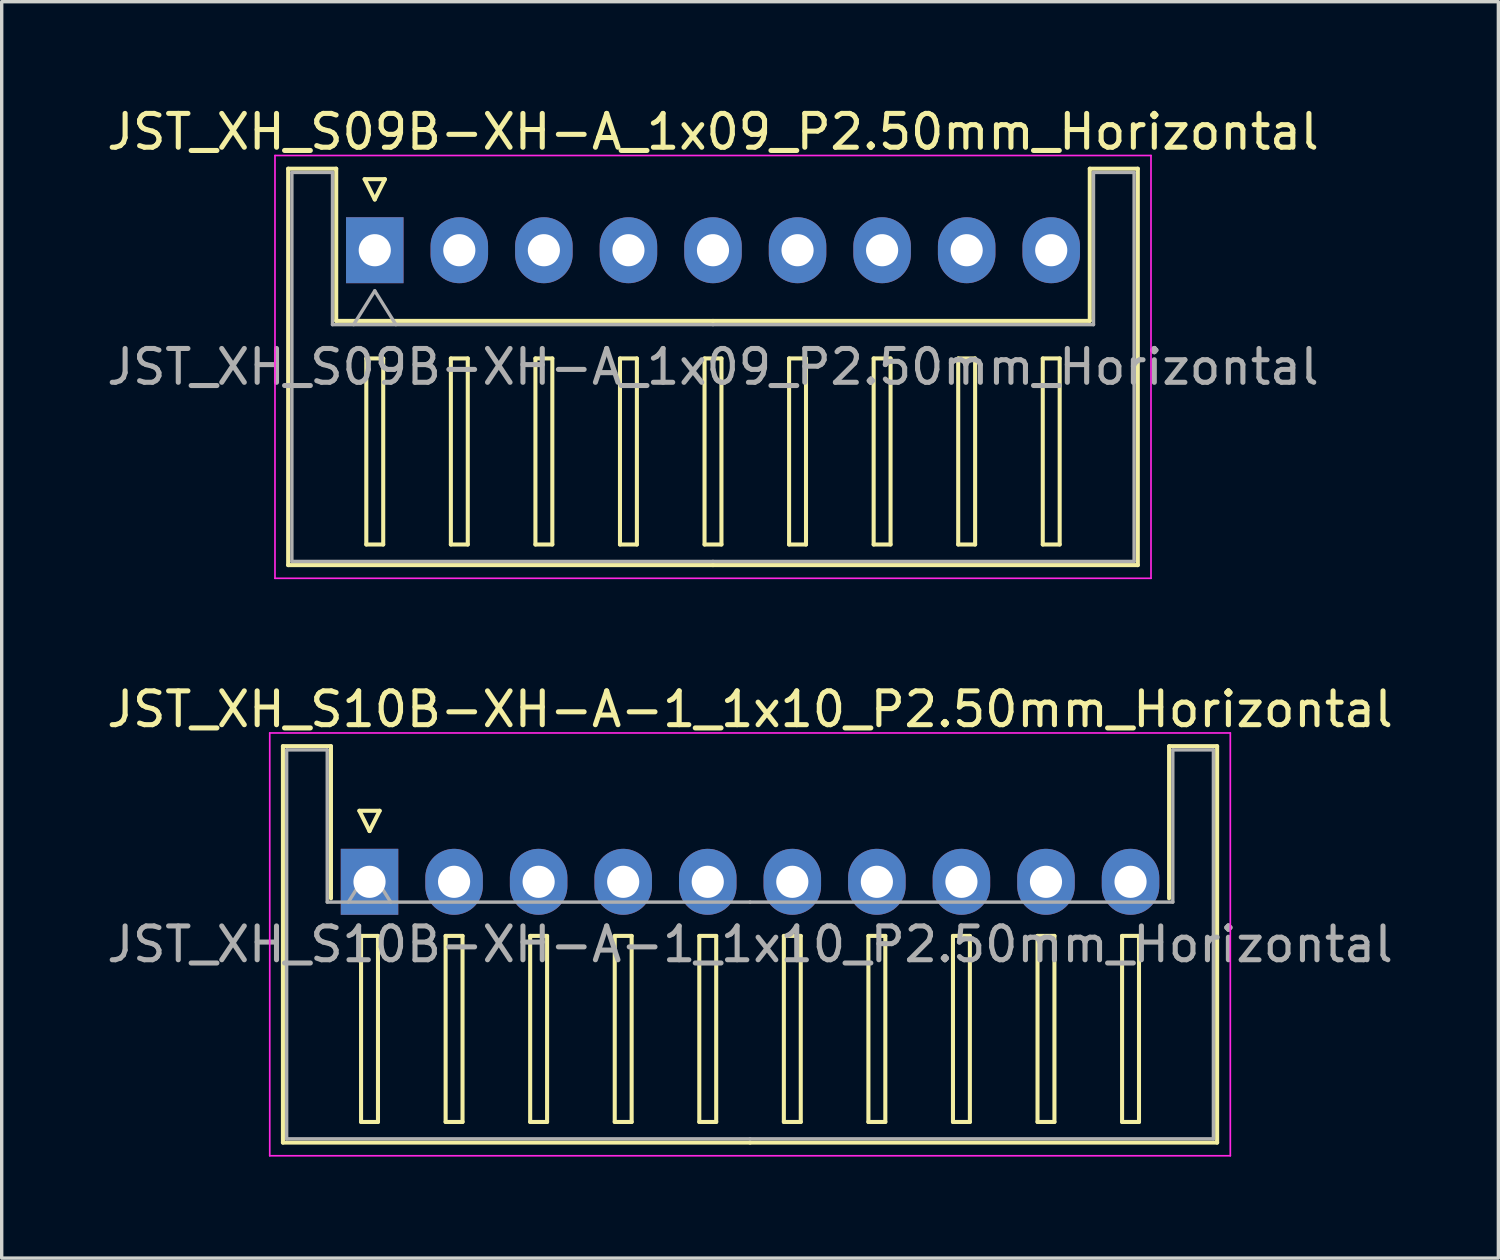
<source format=kicad_pcb>
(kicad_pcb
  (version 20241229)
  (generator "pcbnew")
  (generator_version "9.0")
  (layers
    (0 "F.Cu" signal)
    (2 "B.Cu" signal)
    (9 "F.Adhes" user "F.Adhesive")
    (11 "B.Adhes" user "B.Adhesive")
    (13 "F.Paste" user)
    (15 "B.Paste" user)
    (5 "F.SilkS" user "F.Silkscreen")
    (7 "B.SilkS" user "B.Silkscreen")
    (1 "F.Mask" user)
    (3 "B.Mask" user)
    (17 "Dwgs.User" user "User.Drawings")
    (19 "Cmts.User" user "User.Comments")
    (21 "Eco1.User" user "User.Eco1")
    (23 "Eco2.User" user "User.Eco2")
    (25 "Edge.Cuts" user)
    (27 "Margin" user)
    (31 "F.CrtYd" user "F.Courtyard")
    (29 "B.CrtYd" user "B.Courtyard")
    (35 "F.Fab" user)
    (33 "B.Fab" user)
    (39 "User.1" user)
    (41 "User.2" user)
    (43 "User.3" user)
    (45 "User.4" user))
  (footprint "JST_XH_S09B-XH-A_1x09_P2.50mm_Horizontal"
    (layer "F.Cu")
    (at 8.03 4.348)
    (property "Reference" "JST_XH_S09B-XH-A_1x09_P2.50mm_Horizontal" (at 10 -3.5 0) (layer "F.SilkS") (effects (font (size 1 1) (thickness 0.15))))
    (attr through_hole)
    (fp_line (start -2.56 -2.41) (end -1.14 -2.41) (stroke (width 0.12) (type solid)) (layer "F.SilkS"))
    (fp_line (start -2.56 9.31) (end -2.56 -2.41) (stroke (width 0.12) (type solid)) (layer "F.SilkS"))
    (fp_line (start -1.14 -2.41) (end -1.14 2.09) (stroke (width 0.12) (type solid)) (layer "F.SilkS"))
    (fp_line (start -1.14 2.09) (end 10 2.09) (stroke (width 0.12) (type solid)) (layer "F.SilkS"))
    (fp_line (start -0.3 -2.1) (end 0.3 -2.1) (stroke (width 0.12) (type solid)) (layer "F.SilkS"))
    (fp_line (start -0.25 3.2) (end -0.25 8.7) (stroke (width 0.12) (type solid)) (layer "F.SilkS"))
    (fp_line (start -0.25 8.7) (end 0.25 8.7) (stroke (width 0.12) (type solid)) (layer "F.SilkS"))
    (fp_line (start 0 -1.5) (end -0.3 -2.1) (stroke (width 0.12) (type solid)) (layer "F.SilkS"))
    (fp_line (start 0.25 3.2) (end -0.25 3.2) (stroke (width 0.12) (type solid)) (layer "F.SilkS"))
    (fp_line (start 0.25 8.7) (end 0.25 3.2) (stroke (width 0.12) (type solid)) (layer "F.SilkS"))
    (fp_line (start 0.3 -2.1) (end 0 -1.5) (stroke (width 0.12) (type solid)) (layer "F.SilkS"))
    (fp_line (start 2.25 3.2) (end 2.25 8.7) (stroke (width 0.12) (type solid)) (layer "F.SilkS"))
    (fp_line (start 2.25 8.7) (end 2.75 8.7) (stroke (width 0.12) (type solid)) (layer "F.SilkS"))
    (fp_line (start 2.75 3.2) (end 2.25 3.2) (stroke (width 0.12) (type solid)) (layer "F.SilkS"))
    (fp_line (start 2.75 8.7) (end 2.75 3.2) (stroke (width 0.12) (type solid)) (layer "F.SilkS"))
    (fp_line (start 4.75 3.2) (end 4.75 8.7) (stroke (width 0.12) (type solid)) (layer "F.SilkS"))
    (fp_line (start 4.75 8.7) (end 5.25 8.7) (stroke (width 0.12) (type solid)) (layer "F.SilkS"))
    (fp_line (start 5.25 3.2) (end 4.75 3.2) (stroke (width 0.12) (type solid)) (layer "F.SilkS"))
    (fp_line (start 5.25 8.7) (end 5.25 3.2) (stroke (width 0.12) (type solid)) (layer "F.SilkS"))
    (fp_line (start 7.25 3.2) (end 7.25 8.7) (stroke (width 0.12) (type solid)) (layer "F.SilkS"))
    (fp_line (start 7.25 8.7) (end 7.75 8.7) (stroke (width 0.12) (type solid)) (layer "F.SilkS"))
    (fp_line (start 7.75 3.2) (end 7.25 3.2) (stroke (width 0.12) (type solid)) (layer "F.SilkS"))
    (fp_line (start 7.75 8.7) (end 7.75 3.2) (stroke (width 0.12) (type solid)) (layer "F.SilkS"))
    (fp_line (start 9.75 3.2) (end 9.75 8.7) (stroke (width 0.12) (type solid)) (layer "F.SilkS"))
    (fp_line (start 9.75 8.7) (end 10.25 8.7) (stroke (width 0.12) (type solid)) (layer "F.SilkS"))
    (fp_line (start 10 9.31) (end -2.56 9.31) (stroke (width 0.12) (type solid)) (layer "F.SilkS"))
    (fp_line (start 10 9.31) (end 22.56 9.31) (stroke (width 0.12) (type solid)) (layer "F.SilkS"))
    (fp_line (start 10.25 3.2) (end 9.75 3.2) (stroke (width 0.12) (type solid)) (layer "F.SilkS"))
    (fp_line (start 10.25 8.7) (end 10.25 3.2) (stroke (width 0.12) (type solid)) (layer "F.SilkS"))
    (fp_line (start 12.25 3.2) (end 12.25 8.7) (stroke (width 0.12) (type solid)) (layer "F.SilkS"))
    (fp_line (start 12.25 8.7) (end 12.75 8.7) (stroke (width 0.12) (type solid)) (layer "F.SilkS"))
    (fp_line (start 12.75 3.2) (end 12.25 3.2) (stroke (width 0.12) (type solid)) (layer "F.SilkS"))
    (fp_line (start 12.75 8.7) (end 12.75 3.2) (stroke (width 0.12) (type solid)) (layer "F.SilkS"))
    (fp_line (start 14.75 3.2) (end 14.75 8.7) (stroke (width 0.12) (type solid)) (layer "F.SilkS"))
    (fp_line (start 14.75 8.7) (end 15.25 8.7) (stroke (width 0.12) (type solid)) (layer "F.SilkS"))
    (fp_line (start 15.25 3.2) (end 14.75 3.2) (stroke (width 0.12) (type solid)) (layer "F.SilkS"))
    (fp_line (start 15.25 8.7) (end 15.25 3.2) (stroke (width 0.12) (type solid)) (layer "F.SilkS"))
    (fp_line (start 17.25 3.2) (end 17.25 8.7) (stroke (width 0.12) (type solid)) (layer "F.SilkS"))
    (fp_line (start 17.25 8.7) (end 17.75 8.7) (stroke (width 0.12) (type solid)) (layer "F.SilkS"))
    (fp_line (start 17.75 3.2) (end 17.25 3.2) (stroke (width 0.12) (type solid)) (layer "F.SilkS"))
    (fp_line (start 17.75 8.7) (end 17.75 3.2) (stroke (width 0.12) (type solid)) (layer "F.SilkS"))
    (fp_line (start 19.75 3.2) (end 19.75 8.7) (stroke (width 0.12) (type solid)) (layer "F.SilkS"))
    (fp_line (start 19.75 8.7) (end 20.25 8.7) (stroke (width 0.12) (type solid)) (layer "F.SilkS"))
    (fp_line (start 20.25 3.2) (end 19.75 3.2) (stroke (width 0.12) (type solid)) (layer "F.SilkS"))
    (fp_line (start 20.25 8.7) (end 20.25 3.2) (stroke (width 0.12) (type solid)) (layer "F.SilkS"))
    (fp_line (start 21.14 -2.41) (end 21.14 2.09) (stroke (width 0.12) (type solid)) (layer "F.SilkS"))
    (fp_line (start 21.14 2.09) (end 10 2.09) (stroke (width 0.12) (type solid)) (layer "F.SilkS"))
    (fp_line (start 22.56 -2.41) (end 21.14 -2.41) (stroke (width 0.12) (type solid)) (layer "F.SilkS"))
    (fp_line (start 22.56 9.31) (end 22.56 -2.41) (stroke (width 0.12) (type solid)) (layer "F.SilkS"))
    (fp_line (start -2.95 -2.8) (end -2.95 9.7) (stroke (width 0.05) (type solid)) (layer "F.CrtYd"))
    (fp_line (start -2.95 9.7) (end 22.95 9.7) (stroke (width 0.05) (type solid)) (layer "F.CrtYd"))
    (fp_line (start 22.95 -2.8) (end -2.95 -2.8) (stroke (width 0.05) (type solid)) (layer "F.CrtYd"))
    (fp_line (start 22.95 9.7) (end 22.95 -2.8) (stroke (width 0.05) (type solid)) (layer "F.CrtYd"))
    (fp_line (start -2.45 -2.3) (end -1.25 -2.3) (stroke (width 0.1) (type solid)) (layer "F.Fab"))
    (fp_line (start -2.45 9.2) (end -2.45 -2.3) (stroke (width 0.1) (type solid)) (layer "F.Fab"))
    (fp_line (start -1.25 -2.3) (end -1.25 2.2) (stroke (width 0.1) (type solid)) (layer "F.Fab"))
    (fp_line (start -1.25 2.2) (end 10 2.2) (stroke (width 0.1) (type solid)) (layer "F.Fab"))
    (fp_line (start -0.625 2.2) (end 0 1.2) (stroke (width 0.1) (type solid)) (layer "F.Fab"))
    (fp_line (start 0 1.2) (end 0.625 2.2) (stroke (width 0.1) (type solid)) (layer "F.Fab"))
    (fp_line (start 10 9.2) (end -2.45 9.2) (stroke (width 0.1) (type solid)) (layer "F.Fab"))
    (fp_line (start 10 9.2) (end 22.45 9.2) (stroke (width 0.1) (type solid)) (layer "F.Fab"))
    (fp_line (start 21.25 -2.3) (end 21.25 2.2) (stroke (width 0.1) (type solid)) (layer "F.Fab"))
    (fp_line (start 21.25 2.2) (end 10 2.2) (stroke (width 0.1) (type solid)) (layer "F.Fab"))
    (fp_line (start 22.45 -2.3) (end 21.25 -2.3) (stroke (width 0.1) (type solid)) (layer "F.Fab"))
    (fp_line (start 22.45 9.2) (end 22.45 -2.3) (stroke (width 0.1) (type solid)) (layer "F.Fab"))
    (fp_text user "${REFERENCE}" (at 10 3.45 0) (layer "F.Fab") (effects (font (size 1 1) (thickness 0.15))))
    (pad "1" thru_hole rect (at 0 0) (size 1.7 1.95) (drill 0.95) (layers "*.Cu" "*.Mask"))
    (pad "2" thru_hole oval (at 2.5 0) (size 1.7 1.95) (drill 0.95) (layers "*.Cu" "*.Mask"))
    (pad "3" thru_hole oval (at 5 0) (size 1.7 1.95) (drill 0.95) (layers "*.Cu" "*.Mask"))
    (pad "4" thru_hole oval (at 7.5 0) (size 1.7 1.95) (drill 0.95) (layers "*.Cu" "*.Mask"))
    (pad "5" thru_hole oval (at 10 0) (size 1.7 1.95) (drill 0.95) (layers "*.Cu" "*.Mask"))
    (pad "6" thru_hole oval (at 12.5 0) (size 1.7 1.95) (drill 0.95) (layers "*.Cu" "*.Mask"))
    (pad "7" thru_hole oval (at 15 0) (size 1.7 1.95) (drill 0.95) (layers "*.Cu" "*.Mask"))
    (pad "8" thru_hole oval (at 17.5 0) (size 1.7 1.95) (drill 0.95) (layers "*.Cu" "*.Mask"))
    (pad "9" thru_hole oval (at 20 0) (size 1.7 1.95) (drill 0.95) (layers "*.Cu" "*.Mask")))
  (footprint "JST_XH_S10B-XH-A-1_1x10_P2.50mm_Horizontal"
    (layer "F.Cu")
    (at 7.875 23.021)
    (property "Reference" "JST_XH_S10B-XH-A-1_1x10_P2.50mm_Horizontal" (at 11.25 -5.1 0) (layer "F.SilkS") (effects (font (size 1 1) (thickness 0.15))))
    (attr through_hole)
    (fp_line (start -2.56 -4.01) (end -1.14 -4.01) (stroke (width 0.12) (type solid)) (layer "F.SilkS"))
    (fp_line (start -2.56 7.71) (end -2.56 -4.01) (stroke (width 0.12) (type solid)) (layer "F.SilkS"))
    (fp_line (start -1.14 -4.01) (end -1.14 0.49) (stroke (width 0.12) (type solid)) (layer "F.SilkS"))
    (fp_line (start -0.3 -2.1) (end 0.3 -2.1) (stroke (width 0.12) (type solid)) (layer "F.SilkS"))
    (fp_line (start -0.25 1.6) (end -0.25 7.1) (stroke (width 0.12) (type solid)) (layer "F.SilkS"))
    (fp_line (start -0.25 7.1) (end 0.25 7.1) (stroke (width 0.12) (type solid)) (layer "F.SilkS"))
    (fp_line (start 0 -1.5) (end -0.3 -2.1) (stroke (width 0.12) (type solid)) (layer "F.SilkS"))
    (fp_line (start 0.25 1.6) (end -0.25 1.6) (stroke (width 0.12) (type solid)) (layer "F.SilkS"))
    (fp_line (start 0.25 7.1) (end 0.25 1.6) (stroke (width 0.12) (type solid)) (layer "F.SilkS"))
    (fp_line (start 0.3 -2.1) (end 0 -1.5) (stroke (width 0.12) (type solid)) (layer "F.SilkS"))
    (fp_line (start 2.25 1.6) (end 2.25 7.1) (stroke (width 0.12) (type solid)) (layer "F.SilkS"))
    (fp_line (start 2.25 7.1) (end 2.75 7.1) (stroke (width 0.12) (type solid)) (layer "F.SilkS"))
    (fp_line (start 2.75 1.6) (end 2.25 1.6) (stroke (width 0.12) (type solid)) (layer "F.SilkS"))
    (fp_line (start 2.75 7.1) (end 2.75 1.6) (stroke (width 0.12) (type solid)) (layer "F.SilkS"))
    (fp_line (start 4.75 1.6) (end 4.75 7.1) (stroke (width 0.12) (type solid)) (layer "F.SilkS"))
    (fp_line (start 4.75 7.1) (end 5.25 7.1) (stroke (width 0.12) (type solid)) (layer "F.SilkS"))
    (fp_line (start 5.25 1.6) (end 4.75 1.6) (stroke (width 0.12) (type solid)) (layer "F.SilkS"))
    (fp_line (start 5.25 7.1) (end 5.25 1.6) (stroke (width 0.12) (type solid)) (layer "F.SilkS"))
    (fp_line (start 7.25 1.6) (end 7.25 7.1) (stroke (width 0.12) (type solid)) (layer "F.SilkS"))
    (fp_line (start 7.25 7.1) (end 7.75 7.1) (stroke (width 0.12) (type solid)) (layer "F.SilkS"))
    (fp_line (start 7.75 1.6) (end 7.25 1.6) (stroke (width 0.12) (type solid)) (layer "F.SilkS"))
    (fp_line (start 7.75 7.1) (end 7.75 1.6) (stroke (width 0.12) (type solid)) (layer "F.SilkS"))
    (fp_line (start 9.75 1.6) (end 9.75 7.1) (stroke (width 0.12) (type solid)) (layer "F.SilkS"))
    (fp_line (start 9.75 7.1) (end 10.25 7.1) (stroke (width 0.12) (type solid)) (layer "F.SilkS"))
    (fp_line (start 10.25 1.6) (end 9.75 1.6) (stroke (width 0.12) (type solid)) (layer "F.SilkS"))
    (fp_line (start 10.25 7.1) (end 10.25 1.6) (stroke (width 0.12) (type solid)) (layer "F.SilkS"))
    (fp_line (start 11.25 7.71) (end -2.56 7.71) (stroke (width 0.12) (type solid)) (layer "F.SilkS"))
    (fp_line (start 11.25 7.71) (end 25.06 7.71) (stroke (width 0.12) (type solid)) (layer "F.SilkS"))
    (fp_line (start 12.25 1.6) (end 12.25 7.1) (stroke (width 0.12) (type solid)) (layer "F.SilkS"))
    (fp_line (start 12.25 7.1) (end 12.75 7.1) (stroke (width 0.12) (type solid)) (layer "F.SilkS"))
    (fp_line (start 12.75 1.6) (end 12.25 1.6) (stroke (width 0.12) (type solid)) (layer "F.SilkS"))
    (fp_line (start 12.75 7.1) (end 12.75 1.6) (stroke (width 0.12) (type solid)) (layer "F.SilkS"))
    (fp_line (start 14.75 1.6) (end 14.75 7.1) (stroke (width 0.12) (type solid)) (layer "F.SilkS"))
    (fp_line (start 14.75 7.1) (end 15.25 7.1) (stroke (width 0.12) (type solid)) (layer "F.SilkS"))
    (fp_line (start 15.25 1.6) (end 14.75 1.6) (stroke (width 0.12) (type solid)) (layer "F.SilkS"))
    (fp_line (start 15.25 7.1) (end 15.25 1.6) (stroke (width 0.12) (type solid)) (layer "F.SilkS"))
    (fp_line (start 17.25 1.6) (end 17.25 7.1) (stroke (width 0.12) (type solid)) (layer "F.SilkS"))
    (fp_line (start 17.25 7.1) (end 17.75 7.1) (stroke (width 0.12) (type solid)) (layer "F.SilkS"))
    (fp_line (start 17.75 1.6) (end 17.25 1.6) (stroke (width 0.12) (type solid)) (layer "F.SilkS"))
    (fp_line (start 17.75 7.1) (end 17.75 1.6) (stroke (width 0.12) (type solid)) (layer "F.SilkS"))
    (fp_line (start 19.75 1.6) (end 19.75 7.1) (stroke (width 0.12) (type solid)) (layer "F.SilkS"))
    (fp_line (start 19.75 7.1) (end 20.25 7.1) (stroke (width 0.12) (type solid)) (layer "F.SilkS"))
    (fp_line (start 20.25 1.6) (end 19.75 1.6) (stroke (width 0.12) (type solid)) (layer "F.SilkS"))
    (fp_line (start 20.25 7.1) (end 20.25 1.6) (stroke (width 0.12) (type solid)) (layer "F.SilkS"))
    (fp_line (start 22.25 1.6) (end 22.25 7.1) (stroke (width 0.12) (type solid)) (layer "F.SilkS"))
    (fp_line (start 22.25 7.1) (end 22.75 7.1) (stroke (width 0.12) (type solid)) (layer "F.SilkS"))
    (fp_line (start 22.75 1.6) (end 22.25 1.6) (stroke (width 0.12) (type solid)) (layer "F.SilkS"))
    (fp_line (start 22.75 7.1) (end 22.75 1.6) (stroke (width 0.12) (type solid)) (layer "F.SilkS"))
    (fp_line (start 23.64 -4.01) (end 23.64 0.49) (stroke (width 0.12) (type solid)) (layer "F.SilkS"))
    (fp_line (start 25.06 -4.01) (end 23.64 -4.01) (stroke (width 0.12) (type solid)) (layer "F.SilkS"))
    (fp_line (start 25.06 7.71) (end 25.06 -4.01) (stroke (width 0.12) (type solid)) (layer "F.SilkS"))
    (fp_line (start -2.95 -4.4) (end -2.95 8.1) (stroke (width 0.05) (type solid)) (layer "F.CrtYd"))
    (fp_line (start -2.95 8.1) (end 25.45 8.1) (stroke (width 0.05) (type solid)) (layer "F.CrtYd"))
    (fp_line (start 25.45 -4.4) (end -2.95 -4.4) (stroke (width 0.05) (type solid)) (layer "F.CrtYd"))
    (fp_line (start 25.45 8.1) (end 25.45 -4.4) (stroke (width 0.05) (type solid)) (layer "F.CrtYd"))
    (fp_line (start -2.45 -3.9) (end -1.25 -3.9) (stroke (width 0.1) (type solid)) (layer "F.Fab"))
    (fp_line (start -2.45 7.6) (end -2.45 -3.9) (stroke (width 0.1) (type solid)) (layer "F.Fab"))
    (fp_line (start -1.25 -3.9) (end -1.25 0.6) (stroke (width 0.1) (type solid)) (layer "F.Fab"))
    (fp_line (start -1.25 0.6) (end 11.25 0.6) (stroke (width 0.1) (type solid)) (layer "F.Fab"))
    (fp_line (start -0.625 0.6) (end 0 -0.4) (stroke (width 0.1) (type solid)) (layer "F.Fab"))
    (fp_line (start 0 -0.4) (end 0.625 0.6) (stroke (width 0.1) (type solid)) (layer "F.Fab"))
    (fp_line (start 11.25 7.6) (end -2.45 7.6) (stroke (width 0.1) (type solid)) (layer "F.Fab"))
    (fp_line (start 11.25 7.6) (end 24.95 7.6) (stroke (width 0.1) (type solid)) (layer "F.Fab"))
    (fp_line (start 23.75 -3.9) (end 23.75 0.6) (stroke (width 0.1) (type solid)) (layer "F.Fab"))
    (fp_line (start 23.75 0.6) (end 11.25 0.6) (stroke (width 0.1) (type solid)) (layer "F.Fab"))
    (fp_line (start 24.95 -3.9) (end 23.75 -3.9) (stroke (width 0.1) (type solid)) (layer "F.Fab"))
    (fp_line (start 24.95 7.6) (end 24.95 -3.9) (stroke (width 0.1) (type solid)) (layer "F.Fab"))
    (fp_text user "${REFERENCE}" (at 11.25 1.85 0) (layer "F.Fab") (effects (font (size 1 1) (thickness 0.15))))
    (pad "1" thru_hole rect (at 0 0) (size 1.7 1.95) (drill 0.95) (layers "*.Cu" "*.Mask"))
    (pad "2" thru_hole oval (at 2.5 0) (size 1.7 1.95) (drill 0.95) (layers "*.Cu" "*.Mask"))
    (pad "3" thru_hole oval (at 5 0) (size 1.7 1.95) (drill 0.95) (layers "*.Cu" "*.Mask"))
    (pad "4" thru_hole oval (at 7.5 0) (size 1.7 1.95) (drill 0.95) (layers "*.Cu" "*.Mask"))
    (pad "5" thru_hole oval (at 10 0) (size 1.7 1.95) (drill 0.95) (layers "*.Cu" "*.Mask"))
    (pad "6" thru_hole oval (at 12.5 0) (size 1.7 1.95) (drill 0.95) (layers "*.Cu" "*.Mask"))
    (pad "7" thru_hole oval (at 15 0) (size 1.7 1.95) (drill 0.95) (layers "*.Cu" "*.Mask"))
    (pad "8" thru_hole oval (at 17.5 0) (size 1.7 1.95) (drill 0.95) (layers "*.Cu" "*.Mask"))
    (pad "9" thru_hole oval (at 20 0) (size 1.7 1.95) (drill 0.95) (layers "*.Cu" "*.Mask"))
    (pad "10" thru_hole oval (at 22.5 0) (size 1.7 1.95) (drill 0.95) (layers "*.Cu" "*.Mask")))
  (gr_rect
    (start -3 -3)
    (end 41.25 34.147)
    (stroke (width 0.1) (type default))
    (fill no)
    (layer "Edge.Cuts")))
</source>
